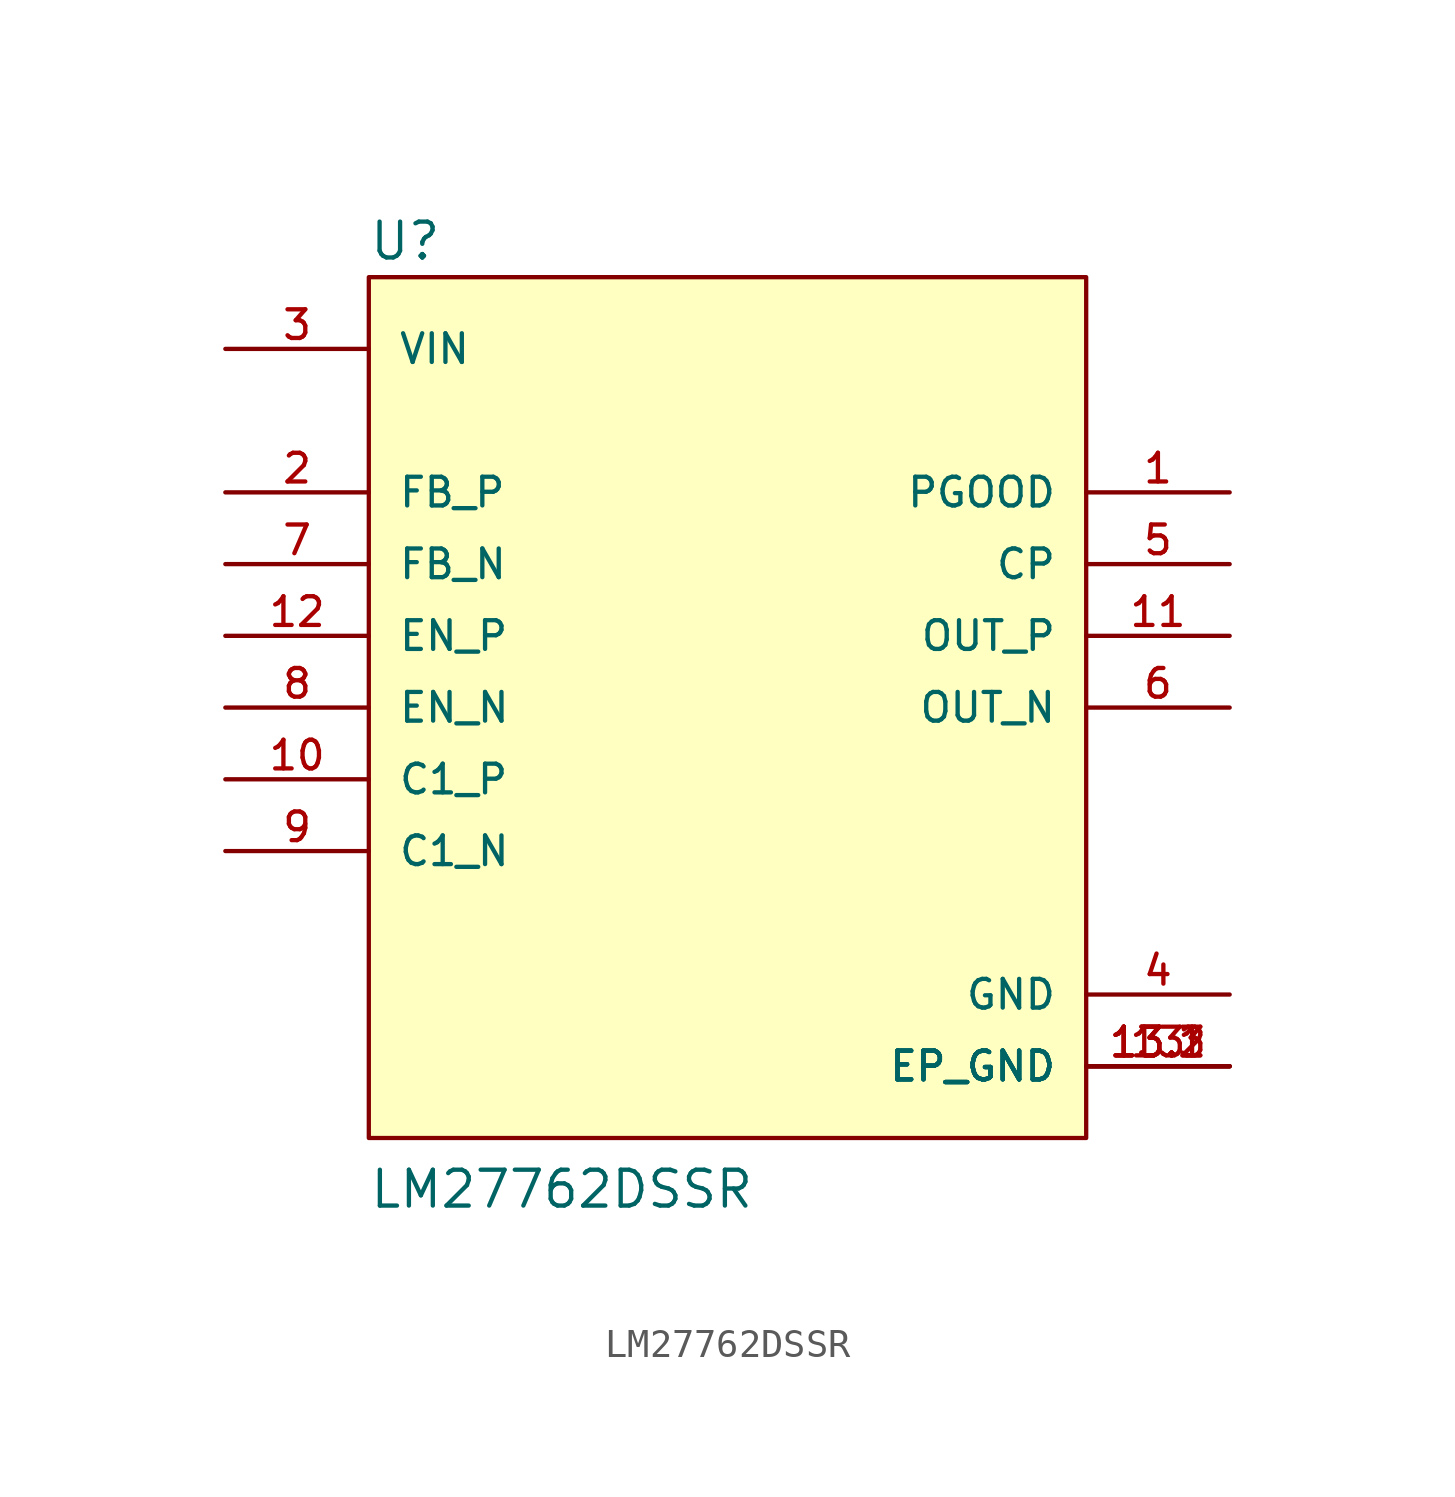
<source format=kicad_sym>
(kicad_symbol_lib
  (version 20211014)
  (generator kicad_symbol_editor)
  (symbol "LM27762DSSR"
    (pin_names
      (offset 1.016))
    (property "Reference" "U"
      (at -12.721 15.774 0)
      (effects (font (size 1.27 1.27)) (justify bottom left)))
    (property "Value" "LM27762DSSR"
      (at -12.711 -17.796 0)
      (effects (font (size 1.27 1.27)) (justify bottom left)))
    (symbol "LM27762DSSR_0_0"
      (rectangle (start -12.7 -15.24) (end 12.7 15.24) (stroke (width 0.152)) (fill (type background)))
      (pin input line (at -17.78 -5.08 0) (length 5.08) (name "C1_N" (effects (font (size 1.016 1.016)))) (number "9" (effects (font (size 1.016 1.016)))))
      (pin output line (at 17.78 5.08 180.0) (length 5.08) (name "CP" (effects (font (size 1.016 1.016)))) (number "5" (effects (font (size 1.016 1.016)))))
      (pin input line (at -17.78 12.7 0) (length 5.08) (name "VIN" (effects (font (size 1.016 1.016)))) (number "3" (effects (font (size 1.016 1.016)))))
      (pin input line (at -17.78 2.54 0) (length 5.08) (name "EN_P" (effects (font (size 1.016 1.016)))) (number "12" (effects (font (size 1.016 1.016)))))
      (pin input line (at -17.78 0.0 0) (length 5.08) (name "EN_N" (effects (font (size 1.016 1.016)))) (number "8" (effects (font (size 1.016 1.016)))))
      (pin input line (at -17.78 7.62 0) (length 5.08) (name "FB_P" (effects (font (size 1.016 1.016)))) (number "2" (effects (font (size 1.016 1.016)))))
      (pin input line (at -17.78 5.08 0) (length 5.08) (name "FB_N" (effects (font (size 1.016 1.016)))) (number "7" (effects (font (size 1.016 1.016)))))
      (pin power_in line (at 17.78 -12.7 180.0) (length 5.08) (name "EP_GND" (effects (font (size 1.016 1.016)))) (number "13" (effects (font (size 1.016 1.016)))))
      (pin power_in line (at 17.78 -12.7 180.0) (length 5.08) (name "EP_GND" (effects (font (size 1.016 1.016)))) (number "13.1" (effects (font (size 1.016 1.016)))))
      (pin power_in line (at 17.78 -12.7 180.0) (length 5.08) (name "EP_GND" (effects (font (size 1.016 1.016)))) (number "13.2" (effects (font (size 1.016 1.016)))))
      (pin power_in line (at 17.78 -12.7 180.0) (length 5.08) (name "EP_GND" (effects (font (size 1.016 1.016)))) (number "13.3" (effects (font (size 1.016 1.016)))))
      (pin output line (at 17.78 2.54 180.0) (length 5.08) (name "OUT_P" (effects (font (size 1.016 1.016)))) (number "11" (effects (font (size 1.016 1.016)))))
      (pin output line (at 17.78 0.0 180.0) (length 5.08) (name "OUT_N" (effects (font (size 1.016 1.016)))) (number "6" (effects (font (size 1.016 1.016)))))
      (pin output line (at 17.78 7.62 180.0) (length 5.08) (name "PGOOD" (effects (font (size 1.016 1.016)))) (number "1" (effects (font (size 1.016 1.016)))))
      (pin input line (at -17.78 -2.54 0) (length 5.08) (name "C1_P" (effects (font (size 1.016 1.016)))) (number "10" (effects (font (size 1.016 1.016)))))
      (pin power_in line (at 17.78 -10.16 180.0) (length 5.08) (name "GND" (effects (font (size 1.016 1.016)))) (number "4" (effects (font (size 1.016 1.016))))))))
</source>
